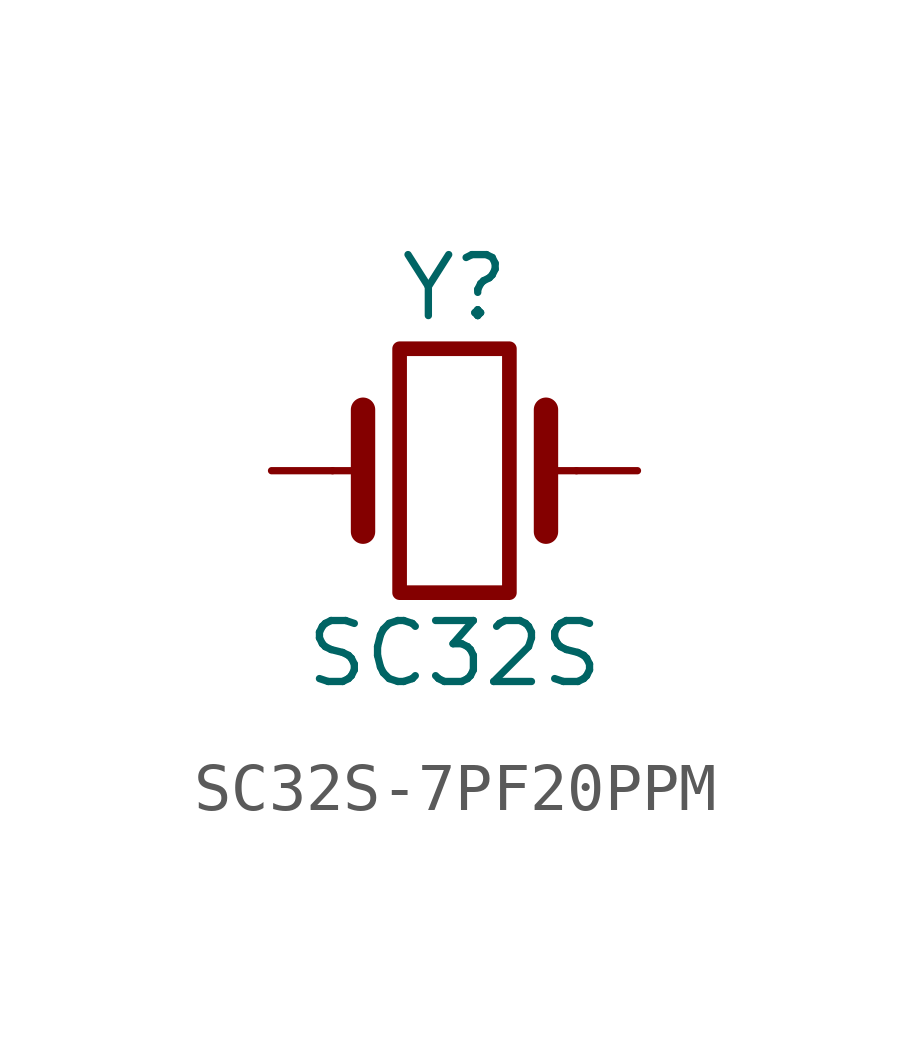
<source format=kicad_sym>
(kicad_symbol_lib
  (version 20220914)
  (generator kicad_symbol_editor)
  (symbol "SC32S-7PF20PPM"
    (pin_numbers hide)
    (pin_names
      (offset 1.016) hide)
    (property "Reference" "Y"
      (at 0 3.81 0)
      (effects (font (size 1.27 1.27))))
    (property "Value" "SC32S"
      (at 0 -3.81 0)
      (effects (font (size 1.27 1.27))))
    (symbol "SC32S-7PF20PPM_0_1"
      (rectangle (start -1.143 2.54) (end 1.143 -2.54) (stroke (width 0.305) (type default)) (fill (type none)))
      (polyline (pts (xy -2.54 0) (xy -1.905 0)) (stroke (width 0) (type default)) (fill (type none)))
      (polyline (pts (xy -1.905 -1.27) (xy -1.905 1.27)) (stroke (width 0.508) (type default)) (fill (type none)))
      (polyline (pts (xy 1.905 -1.27) (xy 1.905 1.27)) (stroke (width 0.508) (type default)) (fill (type none)))
      (polyline (pts (xy 2.54 0) (xy 1.905 0)) (stroke (width 0) (type default)) (fill (type none))))
    (symbol "SC32S-7PF20PPM_1_1"
      (pin passive line (at -3.81 0 0) (length 1.27) (name "1" (effects (font (size 1.27 1.27)))) (number "1" (effects (font (size 1.27 1.27)))))
      (pin passive line (at 3.81 0 180) (length 1.27) (name "2" (effects (font (size 1.27 1.27)))) (number "2" (effects (font (size 1.27 1.27))))))))
</source>
